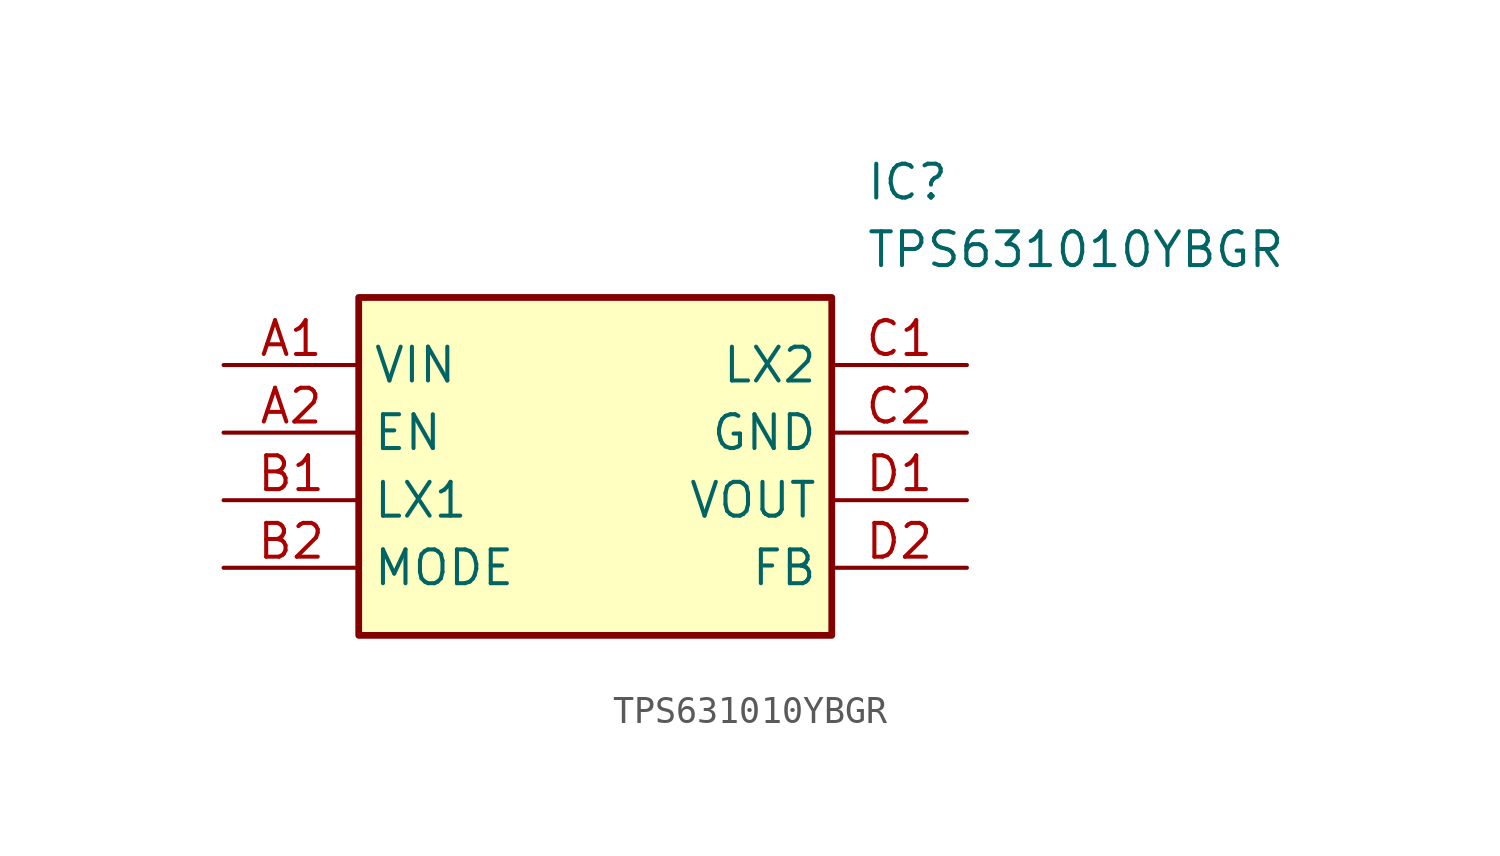
<source format=kicad_sym>
(kicad_symbol_lib
  (version 20220914)
  (generator SamacSys_ECAD_Model)
  (symbol "TPS631010YBGR"
    (property "Reference" "IC"
      (at 24.13 7.62 0)
      (effects (font (size 1.27 1.27)) (justify left top)))
    (property "Value" "TPS631010YBGR"
      (at 24.13 5.08 0)
      (effects (font (size 1.27 1.27)) (justify left top)))
    (rectangle
      (start 5.08 2.54)
      (end 22.86 -10.16)
      (stroke (width 0.254) (type default))
      (fill (type background)))
    (pin passive line
      (at 0 0 0)
      (length 5.08)
      (name "VIN" (effects (font (size 1.27 1.27))))
      (number "A1" (effects (font (size 1.27 1.27)))))
    (pin passive line
      (at 0 -2.54 0)
      (length 5.08)
      (name "EN" (effects (font (size 1.27 1.27))))
      (number "A2" (effects (font (size 1.27 1.27)))))
    (pin passive line
      (at 0 -5.08 0)
      (length 5.08)
      (name "LX1" (effects (font (size 1.27 1.27))))
      (number "B1" (effects (font (size 1.27 1.27)))))
    (pin passive line
      (at 0 -7.62 0)
      (length 5.08)
      (name "MODE" (effects (font (size 1.27 1.27))))
      (number "B2" (effects (font (size 1.27 1.27)))))
    (pin passive line
      (at 27.94 0 180)
      (length 5.08)
      (name "LX2" (effects (font (size 1.27 1.27))))
      (number "C1" (effects (font (size 1.27 1.27)))))
    (pin passive line
      (at 27.94 -2.54 180)
      (length 5.08)
      (name "GND" (effects (font (size 1.27 1.27))))
      (number "C2" (effects (font (size 1.27 1.27)))))
    (pin passive line
      (at 27.94 -5.08 180)
      (length 5.08)
      (name "VOUT" (effects (font (size 1.27 1.27))))
      (number "D1" (effects (font (size 1.27 1.27)))))
    (pin passive line
      (at 27.94 -7.62 180)
      (length 5.08)
      (name "FB" (effects (font (size 1.27 1.27))))
      (number "D2" (effects (font (size 1.27 1.27)))))))
</source>
